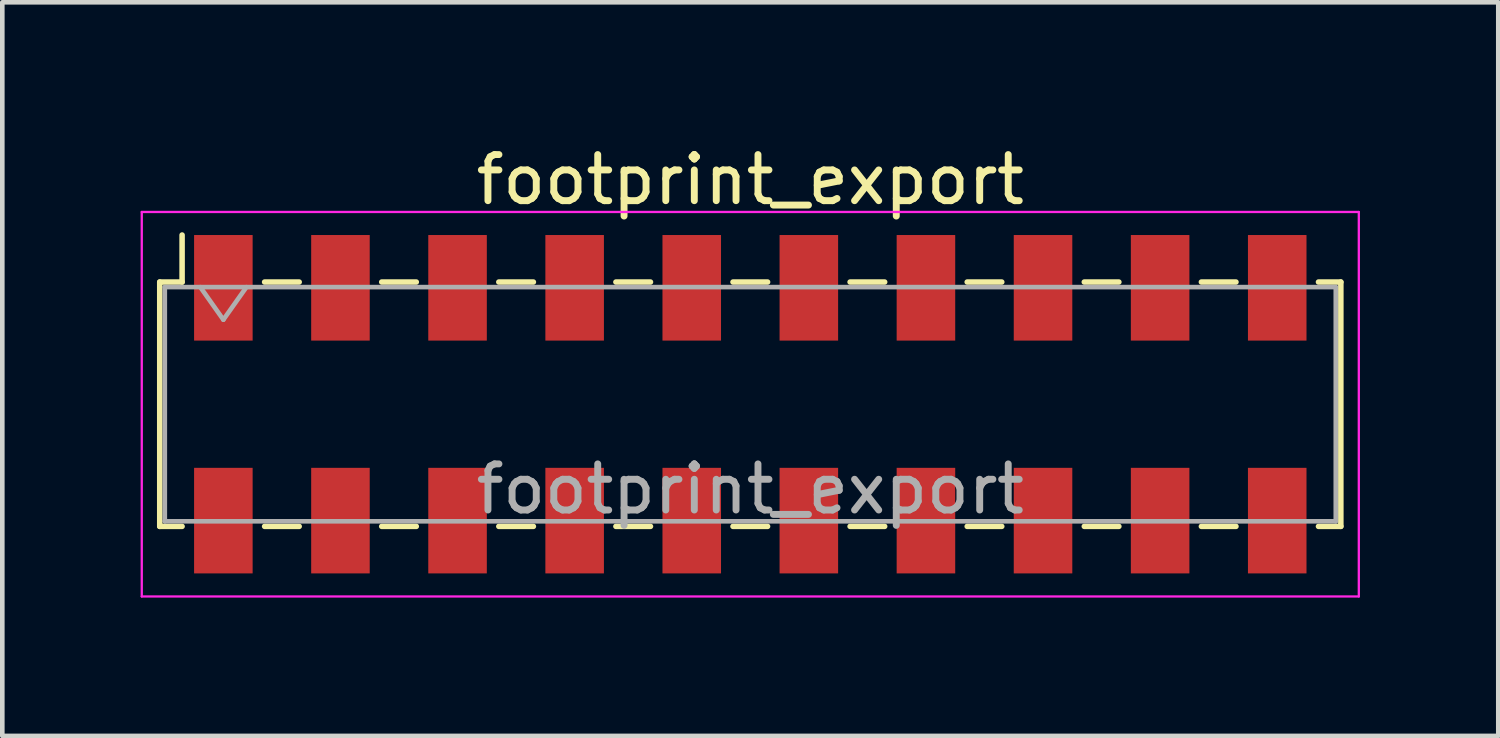
<source format=kicad_pcb>
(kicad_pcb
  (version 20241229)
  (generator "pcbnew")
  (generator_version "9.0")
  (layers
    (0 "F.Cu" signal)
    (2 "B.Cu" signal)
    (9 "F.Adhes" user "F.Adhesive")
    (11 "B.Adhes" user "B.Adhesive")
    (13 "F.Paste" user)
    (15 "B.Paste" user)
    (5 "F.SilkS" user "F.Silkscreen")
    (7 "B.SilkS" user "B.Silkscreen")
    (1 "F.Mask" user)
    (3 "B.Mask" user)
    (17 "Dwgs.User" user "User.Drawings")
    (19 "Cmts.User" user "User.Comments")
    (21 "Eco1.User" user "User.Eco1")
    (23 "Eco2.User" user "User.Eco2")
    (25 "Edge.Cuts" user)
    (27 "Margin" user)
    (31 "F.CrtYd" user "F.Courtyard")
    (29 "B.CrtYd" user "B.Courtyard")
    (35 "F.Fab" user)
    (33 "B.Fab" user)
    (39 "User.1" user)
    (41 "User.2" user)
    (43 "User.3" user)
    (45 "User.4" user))
  (footprint "footprint_export"
    (layer "F.Cu")
    (at 13.225 5.718)
    (property "Reference" "footprint_export" (at 0 -4.87 0) (layer "F.SilkS") (effects (font (size 1 1) (thickness 0.15))))
    (attr smd)
    (fp_line (start -12.81 -2.65) (end -12.81 2.65) (stroke (width 0.12) (type solid)) (layer "F.SilkS"))
    (fp_line (start -12.81 2.65) (end -12.325 2.65) (stroke (width 0.12) (type solid)) (layer "F.SilkS"))
    (fp_line (start -12.325 -3.67) (end -12.325 -2.65) (stroke (width 0.12) (type solid)) (layer "F.SilkS"))
    (fp_line (start -12.325 -2.65) (end -12.81 -2.65) (stroke (width 0.12) (type solid)) (layer "F.SilkS"))
    (fp_line (start -10.535 -2.65) (end -9.785 -2.65) (stroke (width 0.12) (type solid)) (layer "F.SilkS"))
    (fp_line (start -10.535 2.65) (end -9.785 2.65) (stroke (width 0.12) (type solid)) (layer "F.SilkS"))
    (fp_line (start -7.995 -2.65) (end -7.245 -2.65) (stroke (width 0.12) (type solid)) (layer "F.SilkS"))
    (fp_line (start -7.995 2.65) (end -7.245 2.65) (stroke (width 0.12) (type solid)) (layer "F.SilkS"))
    (fp_line (start -5.455 -2.65) (end -4.705 -2.65) (stroke (width 0.12) (type solid)) (layer "F.SilkS"))
    (fp_line (start -5.455 2.65) (end -4.705 2.65) (stroke (width 0.12) (type solid)) (layer "F.SilkS"))
    (fp_line (start -2.915 -2.65) (end -2.165 -2.65) (stroke (width 0.12) (type solid)) (layer "F.SilkS"))
    (fp_line (start -2.915 2.65) (end -2.165 2.65) (stroke (width 0.12) (type solid)) (layer "F.SilkS"))
    (fp_line (start -0.375 -2.65) (end 0.375 -2.65) (stroke (width 0.12) (type solid)) (layer "F.SilkS"))
    (fp_line (start -0.375 2.65) (end 0.375 2.65) (stroke (width 0.12) (type solid)) (layer "F.SilkS"))
    (fp_line (start 2.165 -2.65) (end 2.915 -2.65) (stroke (width 0.12) (type solid)) (layer "F.SilkS"))
    (fp_line (start 2.165 2.65) (end 2.915 2.65) (stroke (width 0.12) (type solid)) (layer "F.SilkS"))
    (fp_line (start 4.705 -2.65) (end 5.455 -2.65) (stroke (width 0.12) (type solid)) (layer "F.SilkS"))
    (fp_line (start 4.705 2.65) (end 5.455 2.65) (stroke (width 0.12) (type solid)) (layer "F.SilkS"))
    (fp_line (start 7.245 -2.65) (end 7.995 -2.65) (stroke (width 0.12) (type solid)) (layer "F.SilkS"))
    (fp_line (start 7.245 2.65) (end 7.995 2.65) (stroke (width 0.12) (type solid)) (layer "F.SilkS"))
    (fp_line (start 9.785 -2.65) (end 10.535 -2.65) (stroke (width 0.12) (type solid)) (layer "F.SilkS"))
    (fp_line (start 9.785 2.65) (end 10.535 2.65) (stroke (width 0.12) (type solid)) (layer "F.SilkS"))
    (fp_line (start 12.325 -2.65) (end 12.81 -2.65) (stroke (width 0.12) (type solid)) (layer "F.SilkS"))
    (fp_line (start 12.81 -2.65) (end 12.81 2.65) (stroke (width 0.12) (type solid)) (layer "F.SilkS"))
    (fp_line (start 12.81 2.65) (end 12.325 2.65) (stroke (width 0.12) (type solid)) (layer "F.SilkS"))
    (fp_line (start -13.2 -4.17) (end 13.2 -4.17) (stroke (width 0.05) (type solid)) (layer "F.CrtYd"))
    (fp_line (start -13.2 4.17) (end -13.2 -4.17) (stroke (width 0.05) (type solid)) (layer "F.CrtYd"))
    (fp_line (start 13.2 -4.17) (end 13.2 4.17) (stroke (width 0.05) (type solid)) (layer "F.CrtYd"))
    (fp_line (start 13.2 4.17) (end -13.2 4.17) (stroke (width 0.05) (type solid)) (layer "F.CrtYd"))
    (fp_line (start -12.7 -2.54) (end 12.7 -2.54) (stroke (width 0.1) (type solid)) (layer "F.Fab"))
    (fp_line (start -12.7 2.54) (end -12.7 -2.54) (stroke (width 0.1) (type solid)) (layer "F.Fab"))
    (fp_line (start -11.93 -2.54) (end -11.43 -1.833) (stroke (width 0.1) (type solid)) (layer "F.Fab"))
    (fp_line (start -11.43 -1.833) (end -10.93 -2.54) (stroke (width 0.1) (type solid)) (layer "F.Fab"))
    (fp_line (start 12.7 -2.54) (end 12.7 2.54) (stroke (width 0.1) (type solid)) (layer "F.Fab"))
    (fp_line (start 12.7 2.54) (end -12.7 2.54) (stroke (width 0.1) (type solid)) (layer "F.Fab"))
    (fp_text user "${REFERENCE}" (at 0 1.84 0) (layer "F.Fab") (effects (font (size 1 1) (thickness 0.15))))
    (pad "1" smd rect (at -11.43 -2.525) (size 1.27 2.29) (layers "F.Cu" "F.Mask" "F.Paste"))
    (pad "2" smd rect (at -11.43 2.525) (size 1.27 2.29) (layers "F.Cu" "F.Mask" "F.Paste"))
    (pad "3" smd rect (at -8.89 -2.525) (size 1.27 2.29) (layers "F.Cu" "F.Mask" "F.Paste"))
    (pad "4" smd rect (at -8.89 2.525) (size 1.27 2.29) (layers "F.Cu" "F.Mask" "F.Paste"))
    (pad "5" smd rect (at -6.35 -2.525) (size 1.27 2.29) (layers "F.Cu" "F.Mask" "F.Paste"))
    (pad "6" smd rect (at -6.35 2.525) (size 1.27 2.29) (layers "F.Cu" "F.Mask" "F.Paste"))
    (pad "7" smd rect (at -3.81 -2.525) (size 1.27 2.29) (layers "F.Cu" "F.Mask" "F.Paste"))
    (pad "8" smd rect (at -3.81 2.525) (size 1.27 2.29) (layers "F.Cu" "F.Mask" "F.Paste"))
    (pad "9" smd rect (at -1.27 -2.525) (size 1.27 2.29) (layers "F.Cu" "F.Mask" "F.Paste"))
    (pad "10" smd rect (at -1.27 2.525) (size 1.27 2.29) (layers "F.Cu" "F.Mask" "F.Paste"))
    (pad "11" smd rect (at 1.27 -2.525) (size 1.27 2.29) (layers "F.Cu" "F.Mask" "F.Paste"))
    (pad "12" smd rect (at 1.27 2.525) (size 1.27 2.29) (layers "F.Cu" "F.Mask" "F.Paste"))
    (pad "13" smd rect (at 3.81 -2.525) (size 1.27 2.29) (layers "F.Cu" "F.Mask" "F.Paste"))
    (pad "14" smd rect (at 3.81 2.525) (size 1.27 2.29) (layers "F.Cu" "F.Mask" "F.Paste"))
    (pad "15" smd rect (at 6.35 -2.525) (size 1.27 2.29) (layers "F.Cu" "F.Mask" "F.Paste"))
    (pad "16" smd rect (at 6.35 2.525) (size 1.27 2.29) (layers "F.Cu" "F.Mask" "F.Paste"))
    (pad "17" smd rect (at 8.89 -2.525) (size 1.27 2.29) (layers "F.Cu" "F.Mask" "F.Paste"))
    (pad "18" smd rect (at 8.89 2.525) (size 1.27 2.29) (layers "F.Cu" "F.Mask" "F.Paste"))
    (pad "19" smd rect (at 11.43 -2.525) (size 1.27 2.29) (layers "F.Cu" "F.Mask" "F.Paste"))
    (pad "20" smd rect (at 11.43 2.525) (size 1.27 2.29) (layers "F.Cu" "F.Mask" "F.Paste")))
  (gr_rect
    (start -3 -3)
    (end 29.45 12.913)
    (stroke (width 0.1) (type default))
    (fill no)
    (layer "Edge.Cuts")))
</source>
